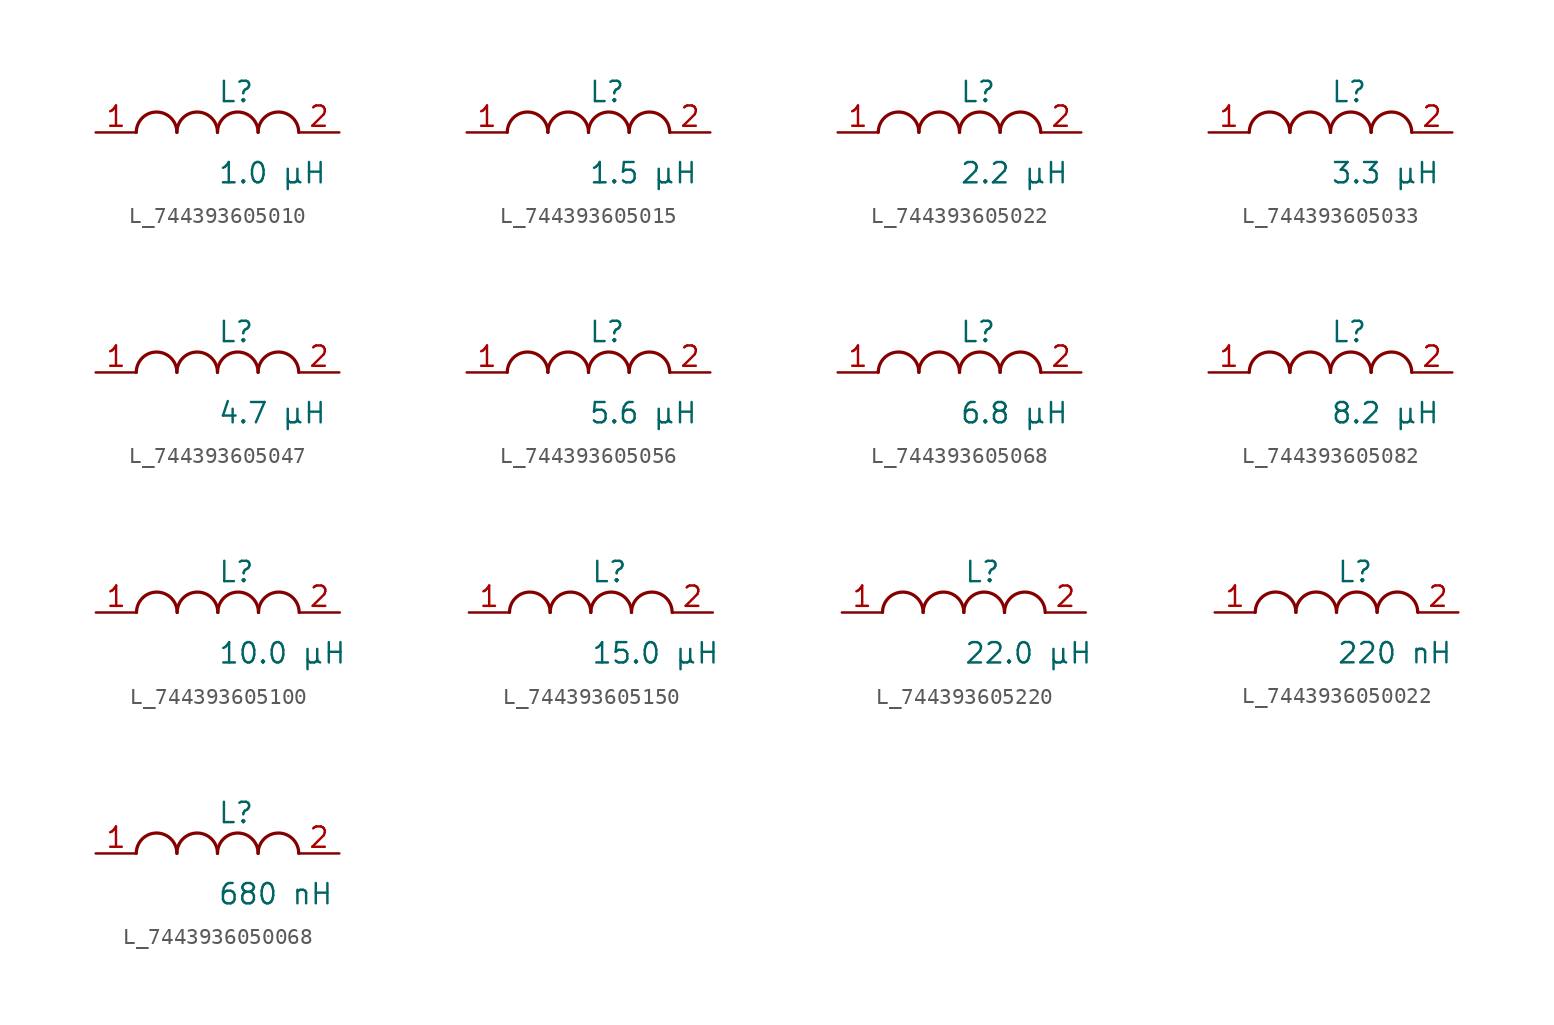
<source format=kicad_sym>
(kicad_symbol_lib
  (version 20231120)
  (generator kicad_symbol_editor)
  (generator_version 8.0)
  (symbol "L_744393605010"
    (pin_names
      (offset 0.254))
    (property "Reference" "L"
      (at 0 2.54 0)
      (effects (font (size 1.27 1.27)) (justify left)))
    (property "Value" "1.0 µH"
      (at 0 -2.54 0)
      (effects (font (size 1.27 1.27)) (justify left)))
    (symbol "L_744393605010_1_1"
      (arc (start -2.54 0.0056) (mid -3.81 1.27) (end -5.08 0.0056) (stroke (width 0.2032) (type default)) (fill (type none)))
      (arc (start 0 0.0056) (mid -1.27 1.27) (end -2.54 0.0056) (stroke (width 0.2032) (type default)) (fill (type none)))
      (arc (start 2.54 0.0056) (mid 1.27 1.27) (end 0 0.0056) (stroke (width 0.2032) (type default)) (fill (type none)))
      (arc (start 5.08 0.0056) (mid 3.81 1.27) (end 2.54 0.0056) (stroke (width 0.2032) (type default)) (fill (type none)))
      (pin unspecified line (at -7.62 0 0) (length 2.54) (name "" (effects (font (size 1.27 1.27)))) (number "1" (effects (font (size 1.27 1.27)))))
      (pin unspecified line (at 7.62 0 180) (length 2.54) (name "" (effects (font (size 1.27 1.27)))) (number "2" (effects (font (size 1.27 1.27)))))))
  (symbol "L_744393605015"
    (pin_names
      (offset 0.254))
    (property "Reference" "L"
      (at 0 2.54 0)
      (effects (font (size 1.27 1.27)) (justify left)))
    (property "Value" "1.5 µH"
      (at 0 -2.54 0)
      (effects (font (size 1.27 1.27)) (justify left)))
    (symbol "L_744393605015_1_1"
      (arc (start -2.54 0.0056) (mid -3.81 1.27) (end -5.08 0.0056) (stroke (width 0.2032) (type default)) (fill (type none)))
      (arc (start 0 0.0056) (mid -1.27 1.27) (end -2.54 0.0056) (stroke (width 0.2032) (type default)) (fill (type none)))
      (arc (start 2.54 0.0056) (mid 1.27 1.27) (end 0 0.0056) (stroke (width 0.2032) (type default)) (fill (type none)))
      (arc (start 5.08 0.0056) (mid 3.81 1.27) (end 2.54 0.0056) (stroke (width 0.2032) (type default)) (fill (type none)))
      (pin unspecified line (at -7.62 0 0) (length 2.54) (name "" (effects (font (size 1.27 1.27)))) (number "1" (effects (font (size 1.27 1.27)))))
      (pin unspecified line (at 7.62 0 180) (length 2.54) (name "" (effects (font (size 1.27 1.27)))) (number "2" (effects (font (size 1.27 1.27)))))))
  (symbol "L_744393605022"
    (pin_names
      (offset 0.254))
    (property "Reference" "L"
      (at 0 2.54 0)
      (effects (font (size 1.27 1.27)) (justify left)))
    (property "Value" "2.2 µH"
      (at 0 -2.54 0)
      (effects (font (size 1.27 1.27)) (justify left)))
    (symbol "L_744393605022_1_1"
      (arc (start -2.54 0.0056) (mid -3.81 1.27) (end -5.08 0.0056) (stroke (width 0.2032) (type default)) (fill (type none)))
      (arc (start 0 0.0056) (mid -1.27 1.27) (end -2.54 0.0056) (stroke (width 0.2032) (type default)) (fill (type none)))
      (arc (start 2.54 0.0056) (mid 1.27 1.27) (end 0 0.0056) (stroke (width 0.2032) (type default)) (fill (type none)))
      (arc (start 5.08 0.0056) (mid 3.81 1.27) (end 2.54 0.0056) (stroke (width 0.2032) (type default)) (fill (type none)))
      (pin unspecified line (at -7.62 0 0) (length 2.54) (name "" (effects (font (size 1.27 1.27)))) (number "1" (effects (font (size 1.27 1.27)))))
      (pin unspecified line (at 7.62 0 180) (length 2.54) (name "" (effects (font (size 1.27 1.27)))) (number "2" (effects (font (size 1.27 1.27)))))))
  (symbol "L_744393605033"
    (pin_names
      (offset 0.254))
    (property "Reference" "L"
      (at 0 2.54 0)
      (effects (font (size 1.27 1.27)) (justify left)))
    (property "Value" "3.3 µH"
      (at 0 -2.54 0)
      (effects (font (size 1.27 1.27)) (justify left)))
    (symbol "L_744393605033_1_1"
      (arc (start -2.54 0.0056) (mid -3.81 1.27) (end -5.08 0.0056) (stroke (width 0.2032) (type default)) (fill (type none)))
      (arc (start 0 0.0056) (mid -1.27 1.27) (end -2.54 0.0056) (stroke (width 0.2032) (type default)) (fill (type none)))
      (arc (start 2.54 0.0056) (mid 1.27 1.27) (end 0 0.0056) (stroke (width 0.2032) (type default)) (fill (type none)))
      (arc (start 5.08 0.0056) (mid 3.81 1.27) (end 2.54 0.0056) (stroke (width 0.2032) (type default)) (fill (type none)))
      (pin unspecified line (at -7.62 0 0) (length 2.54) (name "" (effects (font (size 1.27 1.27)))) (number "1" (effects (font (size 1.27 1.27)))))
      (pin unspecified line (at 7.62 0 180) (length 2.54) (name "" (effects (font (size 1.27 1.27)))) (number "2" (effects (font (size 1.27 1.27)))))))
  (symbol "L_744393605047"
    (pin_names
      (offset 0.254))
    (property "Reference" "L"
      (at 0 2.54 0)
      (effects (font (size 1.27 1.27)) (justify left)))
    (property "Value" "4.7 µH"
      (at 0 -2.54 0)
      (effects (font (size 1.27 1.27)) (justify left)))
    (symbol "L_744393605047_1_1"
      (arc (start -2.54 0.0056) (mid -3.81 1.27) (end -5.08 0.0056) (stroke (width 0.2032) (type default)) (fill (type none)))
      (arc (start 0 0.0056) (mid -1.27 1.27) (end -2.54 0.0056) (stroke (width 0.2032) (type default)) (fill (type none)))
      (arc (start 2.54 0.0056) (mid 1.27 1.27) (end 0 0.0056) (stroke (width 0.2032) (type default)) (fill (type none)))
      (arc (start 5.08 0.0056) (mid 3.81 1.27) (end 2.54 0.0056) (stroke (width 0.2032) (type default)) (fill (type none)))
      (pin unspecified line (at -7.62 0 0) (length 2.54) (name "" (effects (font (size 1.27 1.27)))) (number "1" (effects (font (size 1.27 1.27)))))
      (pin unspecified line (at 7.62 0 180) (length 2.54) (name "" (effects (font (size 1.27 1.27)))) (number "2" (effects (font (size 1.27 1.27)))))))
  (symbol "L_744393605056"
    (pin_names
      (offset 0.254))
    (property "Reference" "L"
      (at 0 2.54 0)
      (effects (font (size 1.27 1.27)) (justify left)))
    (property "Value" "5.6 µH"
      (at 0 -2.54 0)
      (effects (font (size 1.27 1.27)) (justify left)))
    (symbol "L_744393605056_1_1"
      (arc (start -2.54 0.0056) (mid -3.81 1.27) (end -5.08 0.0056) (stroke (width 0.2032) (type default)) (fill (type none)))
      (arc (start 0 0.0056) (mid -1.27 1.27) (end -2.54 0.0056) (stroke (width 0.2032) (type default)) (fill (type none)))
      (arc (start 2.54 0.0056) (mid 1.27 1.27) (end 0 0.0056) (stroke (width 0.2032) (type default)) (fill (type none)))
      (arc (start 5.08 0.0056) (mid 3.81 1.27) (end 2.54 0.0056) (stroke (width 0.2032) (type default)) (fill (type none)))
      (pin unspecified line (at -7.62 0 0) (length 2.54) (name "" (effects (font (size 1.27 1.27)))) (number "1" (effects (font (size 1.27 1.27)))))
      (pin unspecified line (at 7.62 0 180) (length 2.54) (name "" (effects (font (size 1.27 1.27)))) (number "2" (effects (font (size 1.27 1.27)))))))
  (symbol "L_744393605068"
    (pin_names
      (offset 0.254))
    (property "Reference" "L"
      (at 0 2.54 0)
      (effects (font (size 1.27 1.27)) (justify left)))
    (property "Value" "6.8 µH"
      (at 0 -2.54 0)
      (effects (font (size 1.27 1.27)) (justify left)))
    (symbol "L_744393605068_1_1"
      (arc (start -2.54 0.0056) (mid -3.81 1.27) (end -5.08 0.0056) (stroke (width 0.2032) (type default)) (fill (type none)))
      (arc (start 0 0.0056) (mid -1.27 1.27) (end -2.54 0.0056) (stroke (width 0.2032) (type default)) (fill (type none)))
      (arc (start 2.54 0.0056) (mid 1.27 1.27) (end 0 0.0056) (stroke (width 0.2032) (type default)) (fill (type none)))
      (arc (start 5.08 0.0056) (mid 3.81 1.27) (end 2.54 0.0056) (stroke (width 0.2032) (type default)) (fill (type none)))
      (pin unspecified line (at -7.62 0 0) (length 2.54) (name "" (effects (font (size 1.27 1.27)))) (number "1" (effects (font (size 1.27 1.27)))))
      (pin unspecified line (at 7.62 0 180) (length 2.54) (name "" (effects (font (size 1.27 1.27)))) (number "2" (effects (font (size 1.27 1.27)))))))
  (symbol "L_744393605082"
    (pin_names
      (offset 0.254))
    (property "Reference" "L"
      (at 0 2.54 0)
      (effects (font (size 1.27 1.27)) (justify left)))
    (property "Value" "8.2 µH"
      (at 0 -2.54 0)
      (effects (font (size 1.27 1.27)) (justify left)))
    (symbol "L_744393605082_1_1"
      (arc (start -2.54 0.0056) (mid -3.81 1.27) (end -5.08 0.0056) (stroke (width 0.2032) (type default)) (fill (type none)))
      (arc (start 0 0.0056) (mid -1.27 1.27) (end -2.54 0.0056) (stroke (width 0.2032) (type default)) (fill (type none)))
      (arc (start 2.54 0.0056) (mid 1.27 1.27) (end 0 0.0056) (stroke (width 0.2032) (type default)) (fill (type none)))
      (arc (start 5.08 0.0056) (mid 3.81 1.27) (end 2.54 0.0056) (stroke (width 0.2032) (type default)) (fill (type none)))
      (pin unspecified line (at -7.62 0 0) (length 2.54) (name "" (effects (font (size 1.27 1.27)))) (number "1" (effects (font (size 1.27 1.27)))))
      (pin unspecified line (at 7.62 0 180) (length 2.54) (name "" (effects (font (size 1.27 1.27)))) (number "2" (effects (font (size 1.27 1.27)))))))
  (symbol "L_744393605100"
    (pin_names
      (offset 0.254))
    (property "Reference" "L"
      (at 0 2.54 0)
      (effects (font (size 1.27 1.27)) (justify left)))
    (property "Value" "10.0 µH"
      (at 0 -2.54 0)
      (effects (font (size 1.27 1.27)) (justify left)))
    (symbol "L_744393605100_1_1"
      (arc (start -2.54 0.0056) (mid -3.81 1.27) (end -5.08 0.0056) (stroke (width 0.2032) (type default)) (fill (type none)))
      (arc (start 0 0.0056) (mid -1.27 1.27) (end -2.54 0.0056) (stroke (width 0.2032) (type default)) (fill (type none)))
      (arc (start 2.54 0.0056) (mid 1.27 1.27) (end 0 0.0056) (stroke (width 0.2032) (type default)) (fill (type none)))
      (arc (start 5.08 0.0056) (mid 3.81 1.27) (end 2.54 0.0056) (stroke (width 0.2032) (type default)) (fill (type none)))
      (pin unspecified line (at -7.62 0 0) (length 2.54) (name "" (effects (font (size 1.27 1.27)))) (number "1" (effects (font (size 1.27 1.27)))))
      (pin unspecified line (at 7.62 0 180) (length 2.54) (name "" (effects (font (size 1.27 1.27)))) (number "2" (effects (font (size 1.27 1.27)))))))
  (symbol "L_744393605150"
    (pin_names
      (offset 0.254))
    (property "Reference" "L"
      (at 0 2.54 0)
      (effects (font (size 1.27 1.27)) (justify left)))
    (property "Value" "15.0 µH"
      (at 0 -2.54 0)
      (effects (font (size 1.27 1.27)) (justify left)))
    (symbol "L_744393605150_1_1"
      (arc (start -2.54 0.0056) (mid -3.81 1.27) (end -5.08 0.0056) (stroke (width 0.2032) (type default)) (fill (type none)))
      (arc (start 0 0.0056) (mid -1.27 1.27) (end -2.54 0.0056) (stroke (width 0.2032) (type default)) (fill (type none)))
      (arc (start 2.54 0.0056) (mid 1.27 1.27) (end 0 0.0056) (stroke (width 0.2032) (type default)) (fill (type none)))
      (arc (start 5.08 0.0056) (mid 3.81 1.27) (end 2.54 0.0056) (stroke (width 0.2032) (type default)) (fill (type none)))
      (pin unspecified line (at -7.62 0 0) (length 2.54) (name "" (effects (font (size 1.27 1.27)))) (number "1" (effects (font (size 1.27 1.27)))))
      (pin unspecified line (at 7.62 0 180) (length 2.54) (name "" (effects (font (size 1.27 1.27)))) (number "2" (effects (font (size 1.27 1.27)))))))
  (symbol "L_744393605220"
    (pin_names
      (offset 0.254))
    (property "Reference" "L"
      (at 0 2.54 0)
      (effects (font (size 1.27 1.27)) (justify left)))
    (property "Value" "22.0 µH"
      (at 0 -2.54 0)
      (effects (font (size 1.27 1.27)) (justify left)))
    (symbol "L_744393605220_1_1"
      (arc (start -2.54 0.0056) (mid -3.81 1.27) (end -5.08 0.0056) (stroke (width 0.2032) (type default)) (fill (type none)))
      (arc (start 0 0.0056) (mid -1.27 1.27) (end -2.54 0.0056) (stroke (width 0.2032) (type default)) (fill (type none)))
      (arc (start 2.54 0.0056) (mid 1.27 1.27) (end 0 0.0056) (stroke (width 0.2032) (type default)) (fill (type none)))
      (arc (start 5.08 0.0056) (mid 3.81 1.27) (end 2.54 0.0056) (stroke (width 0.2032) (type default)) (fill (type none)))
      (pin unspecified line (at -7.62 0 0) (length 2.54) (name "" (effects (font (size 1.27 1.27)))) (number "1" (effects (font (size 1.27 1.27)))))
      (pin unspecified line (at 7.62 0 180) (length 2.54) (name "" (effects (font (size 1.27 1.27)))) (number "2" (effects (font (size 1.27 1.27)))))))
  (symbol "L_7443936050022"
    (pin_names
      (offset 0.254))
    (property "Reference" "L"
      (at 0 2.54 0)
      (effects (font (size 1.27 1.27)) (justify left)))
    (property "Value" "220 nH"
      (at 0 -2.54 0)
      (effects (font (size 1.27 1.27)) (justify left)))
    (symbol "L_7443936050022_1_1"
      (arc (start -2.54 0.0056) (mid -3.81 1.27) (end -5.08 0.0056) (stroke (width 0.2032) (type default)) (fill (type none)))
      (arc (start 0 0.0056) (mid -1.27 1.27) (end -2.54 0.0056) (stroke (width 0.2032) (type default)) (fill (type none)))
      (arc (start 2.54 0.0056) (mid 1.27 1.27) (end 0 0.0056) (stroke (width 0.2032) (type default)) (fill (type none)))
      (arc (start 5.08 0.0056) (mid 3.81 1.27) (end 2.54 0.0056) (stroke (width 0.2032) (type default)) (fill (type none)))
      (pin unspecified line (at -7.62 0 0) (length 2.54) (name "" (effects (font (size 1.27 1.27)))) (number "1" (effects (font (size 1.27 1.27)))))
      (pin unspecified line (at 7.62 0 180) (length 2.54) (name "" (effects (font (size 1.27 1.27)))) (number "2" (effects (font (size 1.27 1.27)))))))
  (symbol "L_7443936050068"
    (pin_names
      (offset 0.254))
    (property "Reference" "L"
      (at 0 2.54 0)
      (effects (font (size 1.27 1.27)) (justify left)))
    (property "Value" "680 nH"
      (at 0 -2.54 0)
      (effects (font (size 1.27 1.27)) (justify left)))
    (symbol "L_7443936050068_1_1"
      (arc (start -2.54 0.0056) (mid -3.81 1.27) (end -5.08 0.0056) (stroke (width 0.2032) (type default)) (fill (type none)))
      (arc (start 0 0.0056) (mid -1.27 1.27) (end -2.54 0.0056) (stroke (width 0.2032) (type default)) (fill (type none)))
      (arc (start 2.54 0.0056) (mid 1.27 1.27) (end 0 0.0056) (stroke (width 0.2032) (type default)) (fill (type none)))
      (arc (start 5.08 0.0056) (mid 3.81 1.27) (end 2.54 0.0056) (stroke (width 0.2032) (type default)) (fill (type none)))
      (pin unspecified line (at -7.62 0 0) (length 2.54) (name "" (effects (font (size 1.27 1.27)))) (number "1" (effects (font (size 1.27 1.27)))))
      (pin unspecified line (at 7.62 0 180) (length 2.54) (name "" (effects (font (size 1.27 1.27)))) (number "2" (effects (font (size 1.27 1.27))))))))
</source>
